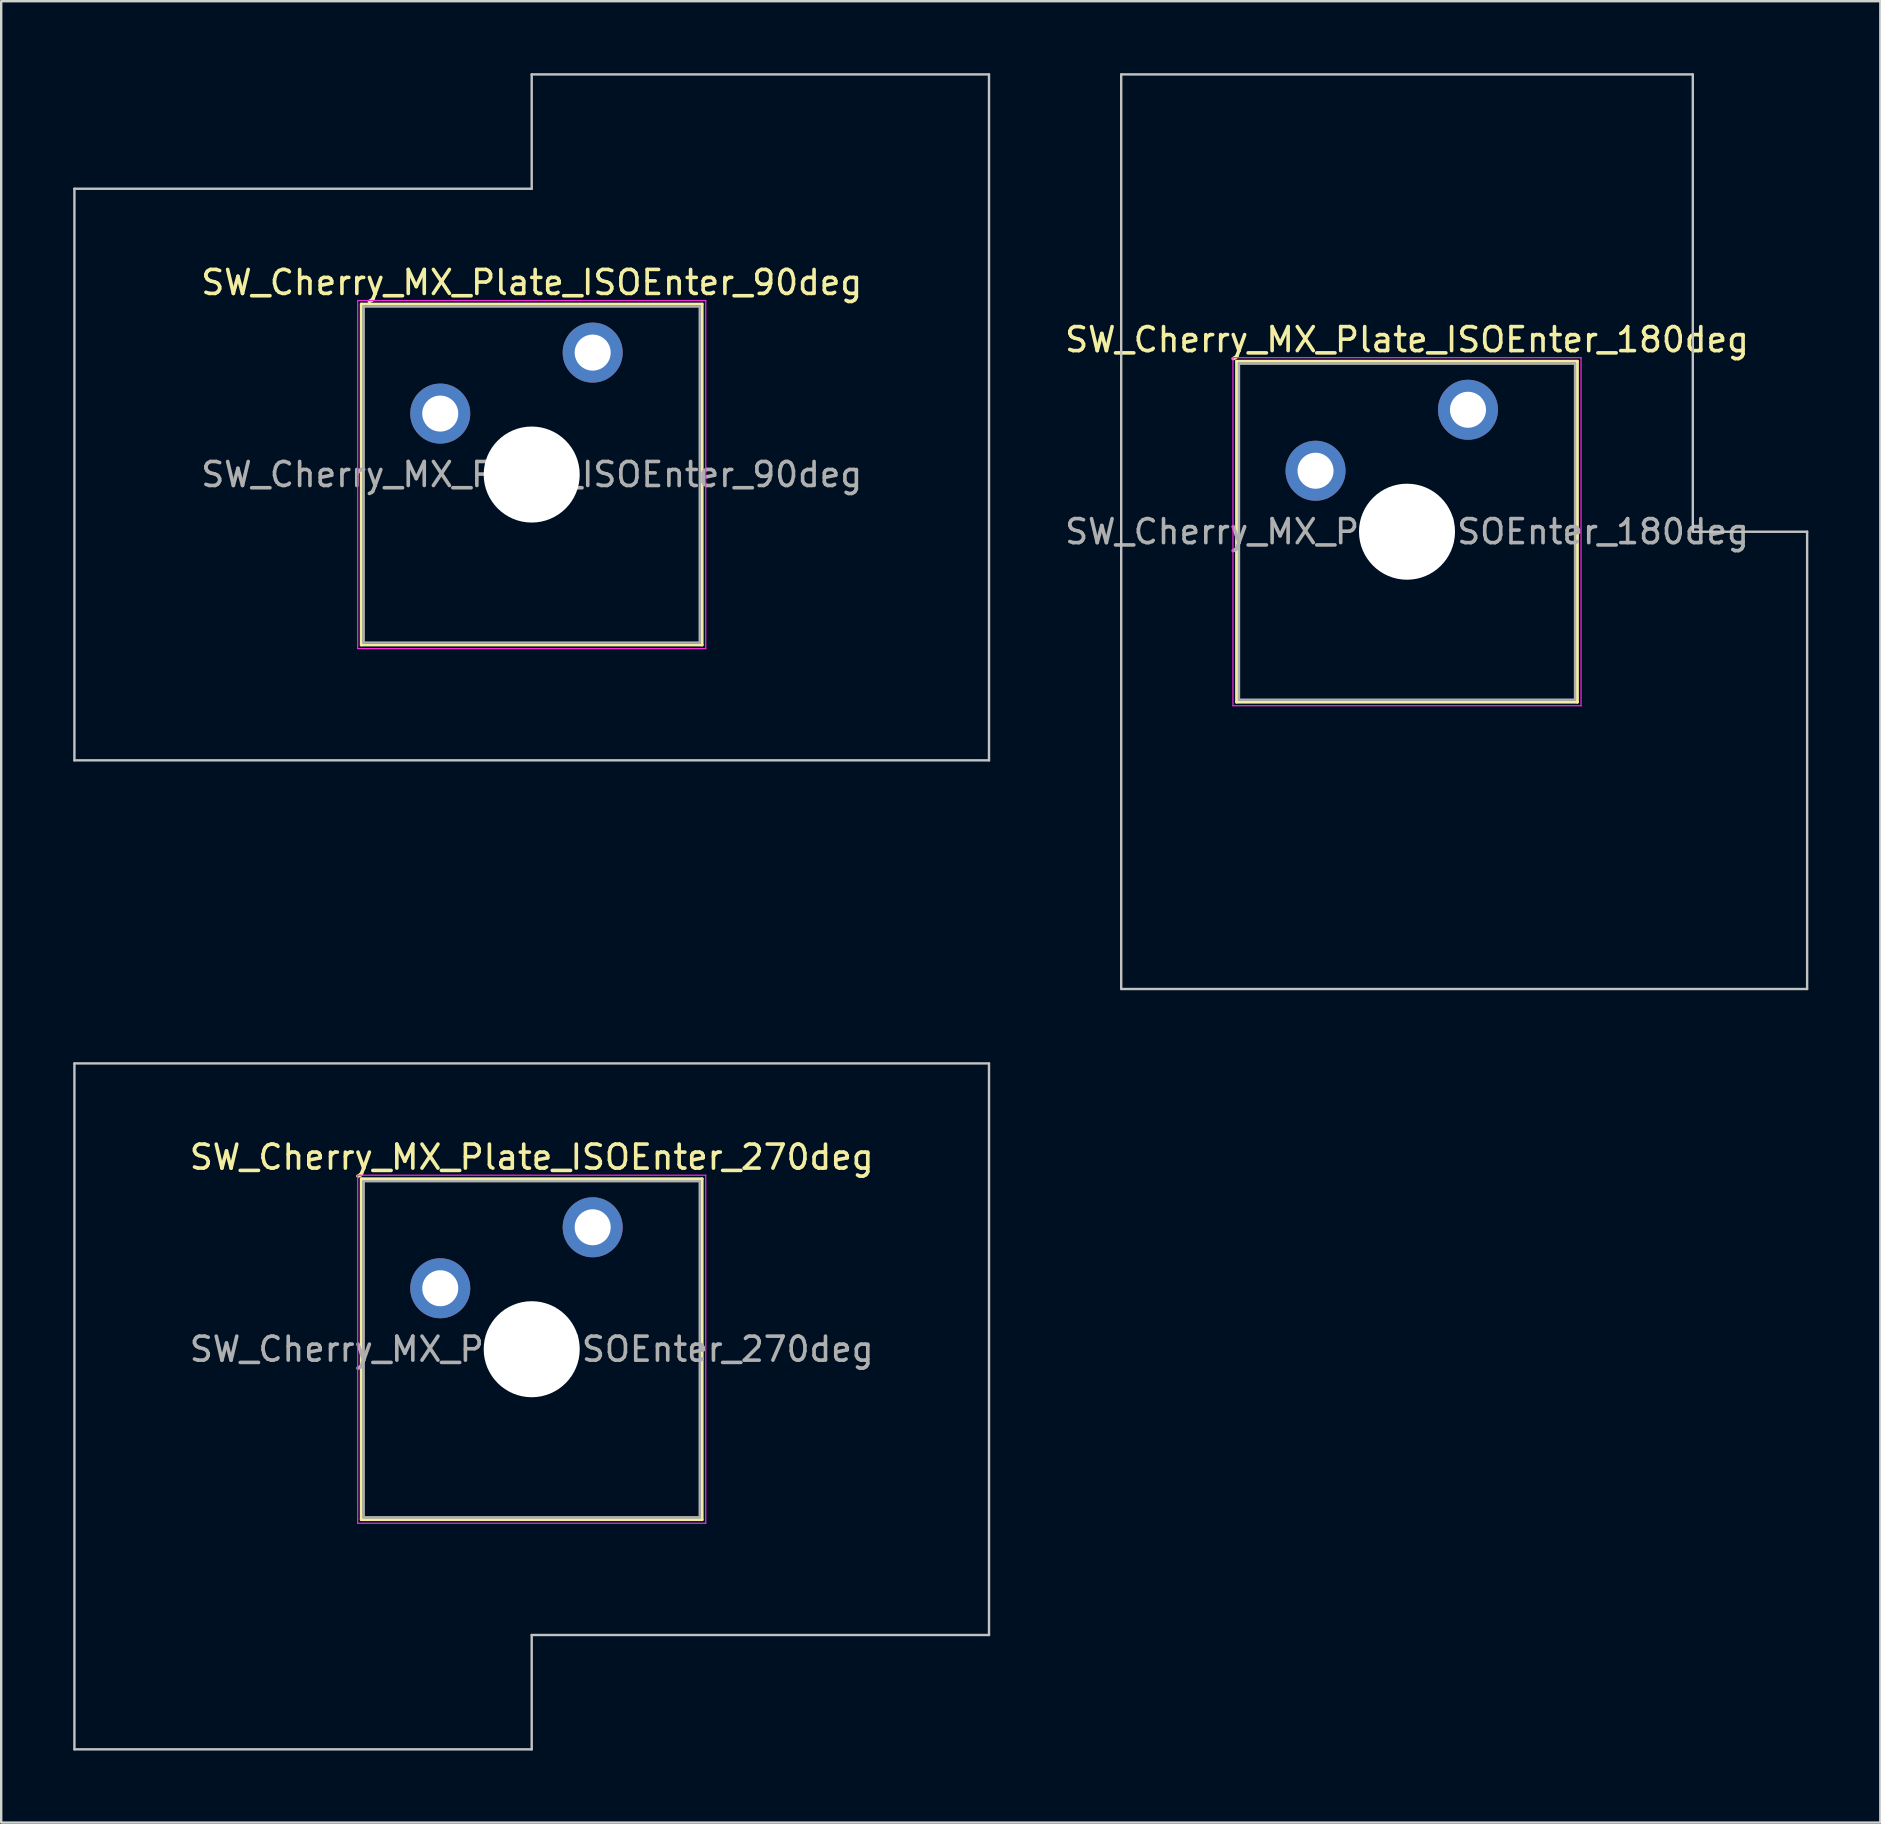
<source format=kicad_pcb>
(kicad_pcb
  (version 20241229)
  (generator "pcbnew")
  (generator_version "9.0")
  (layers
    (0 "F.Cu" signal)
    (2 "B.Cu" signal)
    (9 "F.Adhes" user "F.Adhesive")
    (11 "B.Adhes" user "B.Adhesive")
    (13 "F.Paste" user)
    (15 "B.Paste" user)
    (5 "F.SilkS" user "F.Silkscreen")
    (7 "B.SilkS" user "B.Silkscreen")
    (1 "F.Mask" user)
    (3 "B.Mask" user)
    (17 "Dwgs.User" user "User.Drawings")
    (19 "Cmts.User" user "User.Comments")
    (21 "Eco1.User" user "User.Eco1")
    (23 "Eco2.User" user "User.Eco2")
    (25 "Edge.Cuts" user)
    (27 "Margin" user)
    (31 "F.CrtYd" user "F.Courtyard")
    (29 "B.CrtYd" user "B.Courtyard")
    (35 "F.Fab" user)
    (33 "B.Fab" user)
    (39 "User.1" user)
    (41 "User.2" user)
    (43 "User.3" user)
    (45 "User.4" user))
  (footprint "SW_Cherry_MX_Plate_ISOEnter_270deg"
    (layer "F.Cu")
    (at 19.1 53.156)
    (property "Reference" "SW_Cherry_MX_Plate_ISOEnter_270deg" (at 0 -8 0) (layer "F.SilkS") (effects (font (size 1 1) (thickness 0.15))))
    (attr through_hole)
    (fp_line (start -7.1 -7.1) (end -7.1 7.1) (stroke (width 0.12) (type solid)) (layer "F.SilkS"))
    (fp_line (start -7.1 7.1) (end 7.1 7.1) (stroke (width 0.12) (type solid)) (layer "F.SilkS"))
    (fp_line (start 7.1 -7.1) (end -7.1 -7.1) (stroke (width 0.12) (type solid)) (layer "F.SilkS"))
    (fp_line (start 7.1 7.1) (end 7.1 -7.1) (stroke (width 0.12) (type solid)) (layer "F.SilkS"))
    (fp_line (start -19.05 -11.906) (end -19.05 16.669) (stroke (width 0.1) (type solid)) (layer "Dwgs.User"))
    (fp_line (start -19.05 16.669) (end 0 16.669) (stroke (width 0.1) (type solid)) (layer "Dwgs.User"))
    (fp_line (start 0 11.906) (end 19.05 11.906) (stroke (width 0.1) (type solid)) (layer "Dwgs.User"))
    (fp_line (start 0 16.669) (end 0 11.906) (stroke (width 0.1) (type solid)) (layer "Dwgs.User"))
    (fp_line (start 19.05 -11.906) (end -19.05 -11.906) (stroke (width 0.1) (type solid)) (layer "Dwgs.User"))
    (fp_line (start 19.05 11.906) (end 19.05 -11.906) (stroke (width 0.1) (type solid)) (layer "Dwgs.User"))
    (fp_line (start -7 -7) (end -7 7) (stroke (width 0.1) (type solid)) (layer "Eco1.User"))
    (fp_line (start -7 7) (end 7 7) (stroke (width 0.1) (type solid)) (layer "Eco1.User"))
    (fp_line (start 7 -7) (end -7 -7) (stroke (width 0.1) (type solid)) (layer "Eco1.User"))
    (fp_line (start 7 7) (end 7 -7) (stroke (width 0.1) (type solid)) (layer "Eco1.User"))
    (fp_line (start -7.25 -7.25) (end -7.25 7.25) (stroke (width 0.05) (type solid)) (layer "F.CrtYd"))
    (fp_line (start -7.25 7.25) (end 7.25 7.25) (stroke (width 0.05) (type solid)) (layer "F.CrtYd"))
    (fp_line (start 7.25 -7.25) (end -7.25 -7.25) (stroke (width 0.05) (type solid)) (layer "F.CrtYd"))
    (fp_line (start 7.25 7.25) (end 7.25 -7.25) (stroke (width 0.05) (type solid)) (layer "F.CrtYd"))
    (fp_line (start -7 -7) (end -7 7) (stroke (width 0.1) (type solid)) (layer "F.Fab"))
    (fp_line (start -7 7) (end 7 7) (stroke (width 0.1) (type solid)) (layer "F.Fab"))
    (fp_line (start 7 -7) (end -7 -7) (stroke (width 0.1) (type solid)) (layer "F.Fab"))
    (fp_line (start 7 7) (end 7 -7) (stroke (width 0.1) (type solid)) (layer "F.Fab"))
    (fp_text user "${REFERENCE}" (at 0 0 0) (layer "F.Fab") (effects (font (size 1 1) (thickness 0.15))))
    (pad "" smd circle (at -3.81 -2.54) (size 1.55 1.55) (layers "F.Mask"))
    (pad "" np_thru_hole circle (at 0 0) (size 4 4) (drill 4) (layers "*.Cu" "*.Mask"))
    (pad "" smd circle (at 2.54 -5.08) (size 1.55 1.55) (layers "F.Mask"))
    (pad "1" thru_hole circle (at -3.81 -2.54) (size 2.5 2.5) (drill 1.5) (layers "*.Cu" "B.Mask"))
    (pad "2" thru_hole circle (at 2.54 -5.08) (size 2.5 2.5) (drill 1.5) (layers "*.Cu" "B.Mask")))
  (footprint "SW_Cherry_MX_Plate_ISOEnter_90deg"
    (layer "F.Cu")
    (at 19.1 16.719)
    (property "Reference" "SW_Cherry_MX_Plate_ISOEnter_90deg" (at 0 -8 0) (layer "F.SilkS") (effects (font (size 1 1) (thickness 0.15))))
    (attr through_hole)
    (fp_line (start -7.1 -7.1) (end -7.1 7.1) (stroke (width 0.12) (type solid)) (layer "F.SilkS"))
    (fp_line (start -7.1 7.1) (end 7.1 7.1) (stroke (width 0.12) (type solid)) (layer "F.SilkS"))
    (fp_line (start 7.1 -7.1) (end -7.1 -7.1) (stroke (width 0.12) (type solid)) (layer "F.SilkS"))
    (fp_line (start 7.1 7.1) (end 7.1 -7.1) (stroke (width 0.12) (type solid)) (layer "F.SilkS"))
    (fp_line (start -19.05 -11.906) (end -19.05 11.906) (stroke (width 0.1) (type solid)) (layer "Dwgs.User"))
    (fp_line (start -19.05 11.906) (end 19.05 11.906) (stroke (width 0.1) (type solid)) (layer "Dwgs.User"))
    (fp_line (start 0 -16.669) (end 0 -11.906) (stroke (width 0.1) (type solid)) (layer "Dwgs.User"))
    (fp_line (start 0 -11.906) (end -19.05 -11.906) (stroke (width 0.1) (type solid)) (layer "Dwgs.User"))
    (fp_line (start 19.05 -16.669) (end 0 -16.669) (stroke (width 0.1) (type solid)) (layer "Dwgs.User"))
    (fp_line (start 19.05 11.906) (end 19.05 -16.669) (stroke (width 0.1) (type solid)) (layer "Dwgs.User"))
    (fp_line (start -7 -7) (end -7 7) (stroke (width 0.1) (type solid)) (layer "Eco1.User"))
    (fp_line (start -7 7) (end 7 7) (stroke (width 0.1) (type solid)) (layer "Eco1.User"))
    (fp_line (start 7 -7) (end -7 -7) (stroke (width 0.1) (type solid)) (layer "Eco1.User"))
    (fp_line (start 7 7) (end 7 -7) (stroke (width 0.1) (type solid)) (layer "Eco1.User"))
    (fp_line (start -7.25 -7.25) (end -7.25 7.25) (stroke (width 0.05) (type solid)) (layer "F.CrtYd"))
    (fp_line (start -7.25 7.25) (end 7.25 7.25) (stroke (width 0.05) (type solid)) (layer "F.CrtYd"))
    (fp_line (start 7.25 -7.25) (end -7.25 -7.25) (stroke (width 0.05) (type solid)) (layer "F.CrtYd"))
    (fp_line (start 7.25 7.25) (end 7.25 -7.25) (stroke (width 0.05) (type solid)) (layer "F.CrtYd"))
    (fp_line (start -7 -7) (end -7 7) (stroke (width 0.1) (type solid)) (layer "F.Fab"))
    (fp_line (start -7 7) (end 7 7) (stroke (width 0.1) (type solid)) (layer "F.Fab"))
    (fp_line (start 7 -7) (end -7 -7) (stroke (width 0.1) (type solid)) (layer "F.Fab"))
    (fp_line (start 7 7) (end 7 -7) (stroke (width 0.1) (type solid)) (layer "F.Fab"))
    (fp_text user "${REFERENCE}" (at 0 0 0) (layer "F.Fab") (effects (font (size 1 1) (thickness 0.15))))
    (pad "" smd circle (at -3.81 -2.54) (size 1.55 1.55) (layers "F.Mask"))
    (pad "" np_thru_hole circle (at 0 0) (size 4 4) (drill 4) (layers "*.Cu" "*.Mask"))
    (pad "" smd circle (at 2.54 -5.08) (size 1.55 1.55) (layers "F.Mask"))
    (pad "1" thru_hole circle (at -3.81 -2.54) (size 2.5 2.5) (drill 1.5) (layers "*.Cu" "B.Mask"))
    (pad "2" thru_hole circle (at 2.54 -5.08) (size 2.5 2.5) (drill 1.5) (layers "*.Cu" "B.Mask")))
  (footprint "SW_Cherry_MX_Plate_ISOEnter_180deg"
    (layer "F.Cu")
    (at 55.563 19.1)
    (property "Reference" "SW_Cherry_MX_Plate_ISOEnter_180deg" (at 0 -8 0) (layer "F.SilkS") (effects (font (size 1 1) (thickness 0.15))))
    (attr through_hole)
    (fp_line (start -7.1 -7.1) (end -7.1 7.1) (stroke (width 0.12) (type solid)) (layer "F.SilkS"))
    (fp_line (start -7.1 7.1) (end 7.1 7.1) (stroke (width 0.12) (type solid)) (layer "F.SilkS"))
    (fp_line (start 7.1 -7.1) (end -7.1 -7.1) (stroke (width 0.12) (type solid)) (layer "F.SilkS"))
    (fp_line (start 7.1 7.1) (end 7.1 -7.1) (stroke (width 0.12) (type solid)) (layer "F.SilkS"))
    (fp_line (start -11.906 -19.05) (end -11.906 19.05) (stroke (width 0.1) (type solid)) (layer "Dwgs.User"))
    (fp_line (start -11.906 19.05) (end 16.669 19.05) (stroke (width 0.1) (type solid)) (layer "Dwgs.User"))
    (fp_line (start 11.906 -19.05) (end -11.906 -19.05) (stroke (width 0.1) (type solid)) (layer "Dwgs.User"))
    (fp_line (start 11.906 0) (end 11.906 -19.05) (stroke (width 0.1) (type solid)) (layer "Dwgs.User"))
    (fp_line (start 16.669 0) (end 11.906 0) (stroke (width 0.1) (type solid)) (layer "Dwgs.User"))
    (fp_line (start 16.669 19.05) (end 16.669 0) (stroke (width 0.1) (type solid)) (layer "Dwgs.User"))
    (fp_line (start -7 -7) (end -7 7) (stroke (width 0.1) (type solid)) (layer "Eco1.User"))
    (fp_line (start -7 7) (end 7 7) (stroke (width 0.1) (type solid)) (layer "Eco1.User"))
    (fp_line (start 7 -7) (end -7 -7) (stroke (width 0.1) (type solid)) (layer "Eco1.User"))
    (fp_line (start 7 7) (end 7 -7) (stroke (width 0.1) (type solid)) (layer "Eco1.User"))
    (fp_line (start -7.25 -7.25) (end -7.25 7.25) (stroke (width 0.05) (type solid)) (layer "F.CrtYd"))
    (fp_line (start -7.25 7.25) (end 7.25 7.25) (stroke (width 0.05) (type solid)) (layer "F.CrtYd"))
    (fp_line (start 7.25 -7.25) (end -7.25 -7.25) (stroke (width 0.05) (type solid)) (layer "F.CrtYd"))
    (fp_line (start 7.25 7.25) (end 7.25 -7.25) (stroke (width 0.05) (type solid)) (layer "F.CrtYd"))
    (fp_line (start -7 -7) (end -7 7) (stroke (width 0.1) (type solid)) (layer "F.Fab"))
    (fp_line (start -7 7) (end 7 7) (stroke (width 0.1) (type solid)) (layer "F.Fab"))
    (fp_line (start 7 -7) (end -7 -7) (stroke (width 0.1) (type solid)) (layer "F.Fab"))
    (fp_line (start 7 7) (end 7 -7) (stroke (width 0.1) (type solid)) (layer "F.Fab"))
    (fp_text user "${REFERENCE}" (at 0 0 0) (layer "F.Fab") (effects (font (size 1 1) (thickness 0.15))))
    (pad "" smd circle (at -3.81 -2.54) (size 1.55 1.55) (layers "F.Mask"))
    (pad "" np_thru_hole circle (at 0 0) (size 4 4) (drill 4) (layers "*.Cu" "*.Mask"))
    (pad "" smd circle (at 2.54 -5.08) (size 1.55 1.55) (layers "F.Mask"))
    (pad "1" thru_hole circle (at -3.81 -2.54) (size 2.5 2.5) (drill 1.5) (layers "*.Cu" "B.Mask"))
    (pad "2" thru_hole circle (at 2.54 -5.08) (size 2.5 2.5) (drill 1.5) (layers "*.Cu" "B.Mask")))
  (gr_rect
    (start -3 -3)
    (end 75.282 72.875)
    (stroke (width 0.1) (type default))
    (fill no)
    (layer "Edge.Cuts")))
</source>
